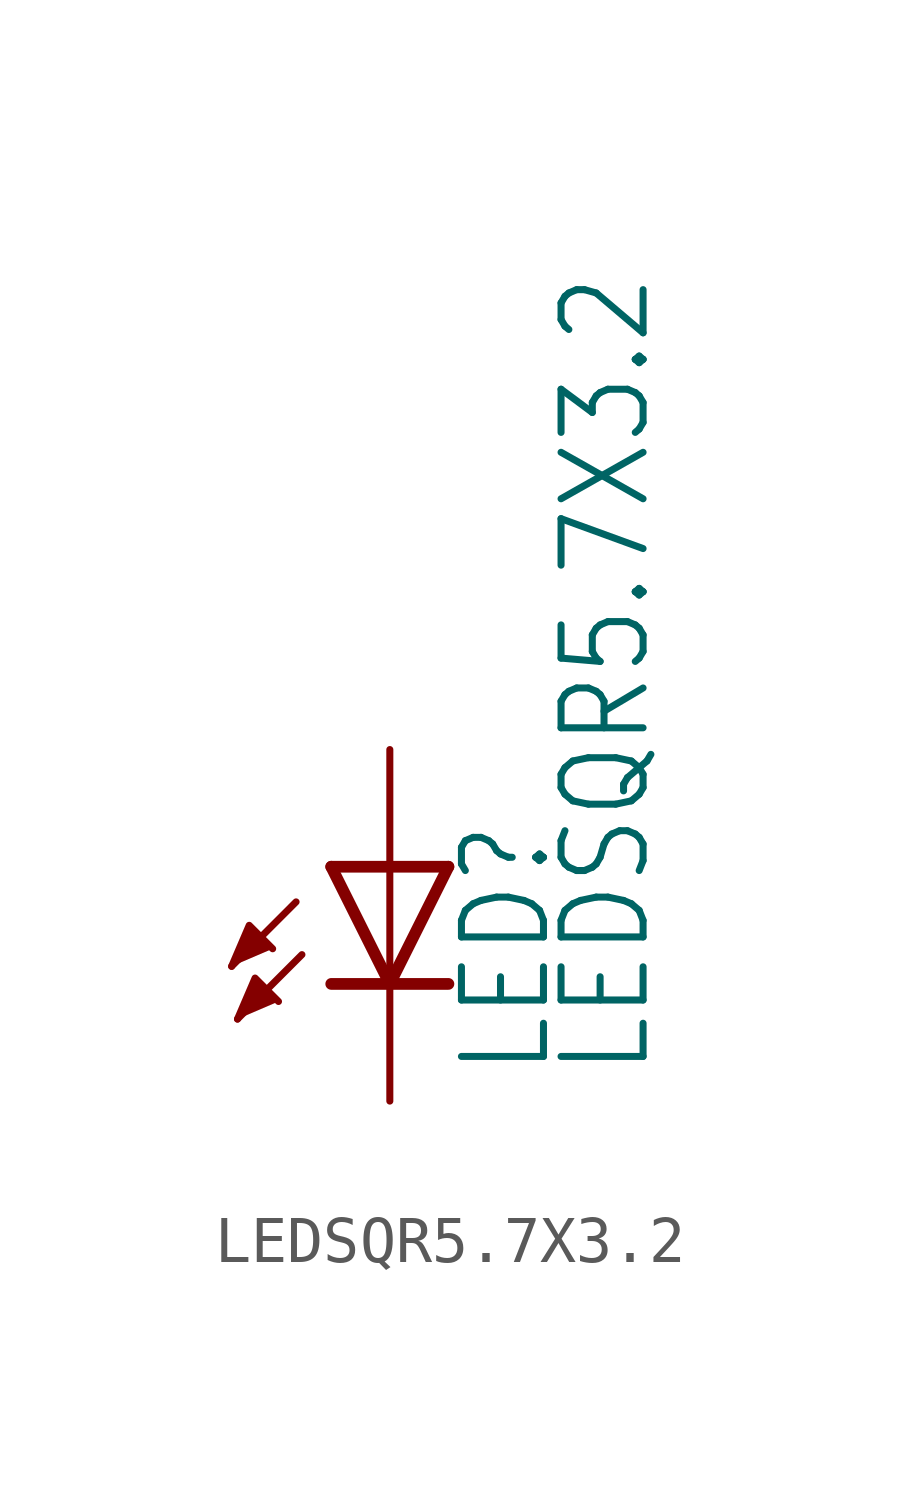
<source format=kicad_sym>
(kicad_symbol_lib
  (version 20201005)
  (generator kicad_symbol_editor)
  (symbol "LEDSQR5.7X3.2"
    (property "Reference" "LED"
      (at 3.556 -4.572 90)
      (effects (font (size 1.778 1.511)) (justify left bottom)))
    (property "Value" "LEDSQR5.7X3.2"
      (at 5.715 -4.572 90)
      (effects (font (size 1.778 1.511)) (justify left bottom)))
    (property "ki_locked" ""
      (at 0 0 0)
      (effects (font (size 1.27 1.27))))
    (symbol "LEDSQR5.7X3.2_1_0"
      (polyline (pts (xy 1.27 0) (xy 0 -2.54)) (stroke (width 0.254)) (fill (type none)))
      (polyline (pts (xy 0 -2.54) (xy -1.27 0)) (stroke (width 0.254)) (fill (type none)))
      (polyline (pts (xy 1.27 -2.54) (xy 0 -2.54)) (stroke (width 0.254)) (fill (type none)))
      (polyline (pts (xy 0 -2.54) (xy -1.27 -2.54)) (stroke (width 0.254)) (fill (type none)))
      (polyline (pts (xy 1.27 0) (xy 0 0)) (stroke (width 0.254)) (fill (type none)))
      (polyline (pts (xy 0 0) (xy -1.27 0)) (stroke (width 0.254)) (fill (type none)))
      (polyline (pts (xy 0 0) (xy 0 -2.54)) (stroke (width 0.152)) (fill (type none)))
      (polyline (pts (xy -2.032 -0.762) (xy -3.429 -2.159)) (stroke (width 0.152)) (fill (type none)))
      (polyline (pts (xy -1.905 -1.905) (xy -3.302 -3.302)) (stroke (width 0.152)) (fill (type none)))
      (polyline (pts (xy -3.429 -2.159) (xy -3.048 -1.27) (xy -2.54 -1.778)) (stroke (width 0)) (fill (type outline)))
      (polyline (pts (xy -3.302 -3.302) (xy -2.921 -2.413) (xy -2.413 -2.921)) (stroke (width 0)) (fill (type outline)))
      (pin passive line (at 0 -5.08 90) (length 2.54) (name "C" (effects (font (size 0 0)))) (number "K" (effects (font (size 0 0)))))
      (pin passive line (at 0 2.54 270) (length 2.54) (name "A" (effects (font (size 0 0)))) (number "A" (effects (font (size 0 0))))))))
</source>
